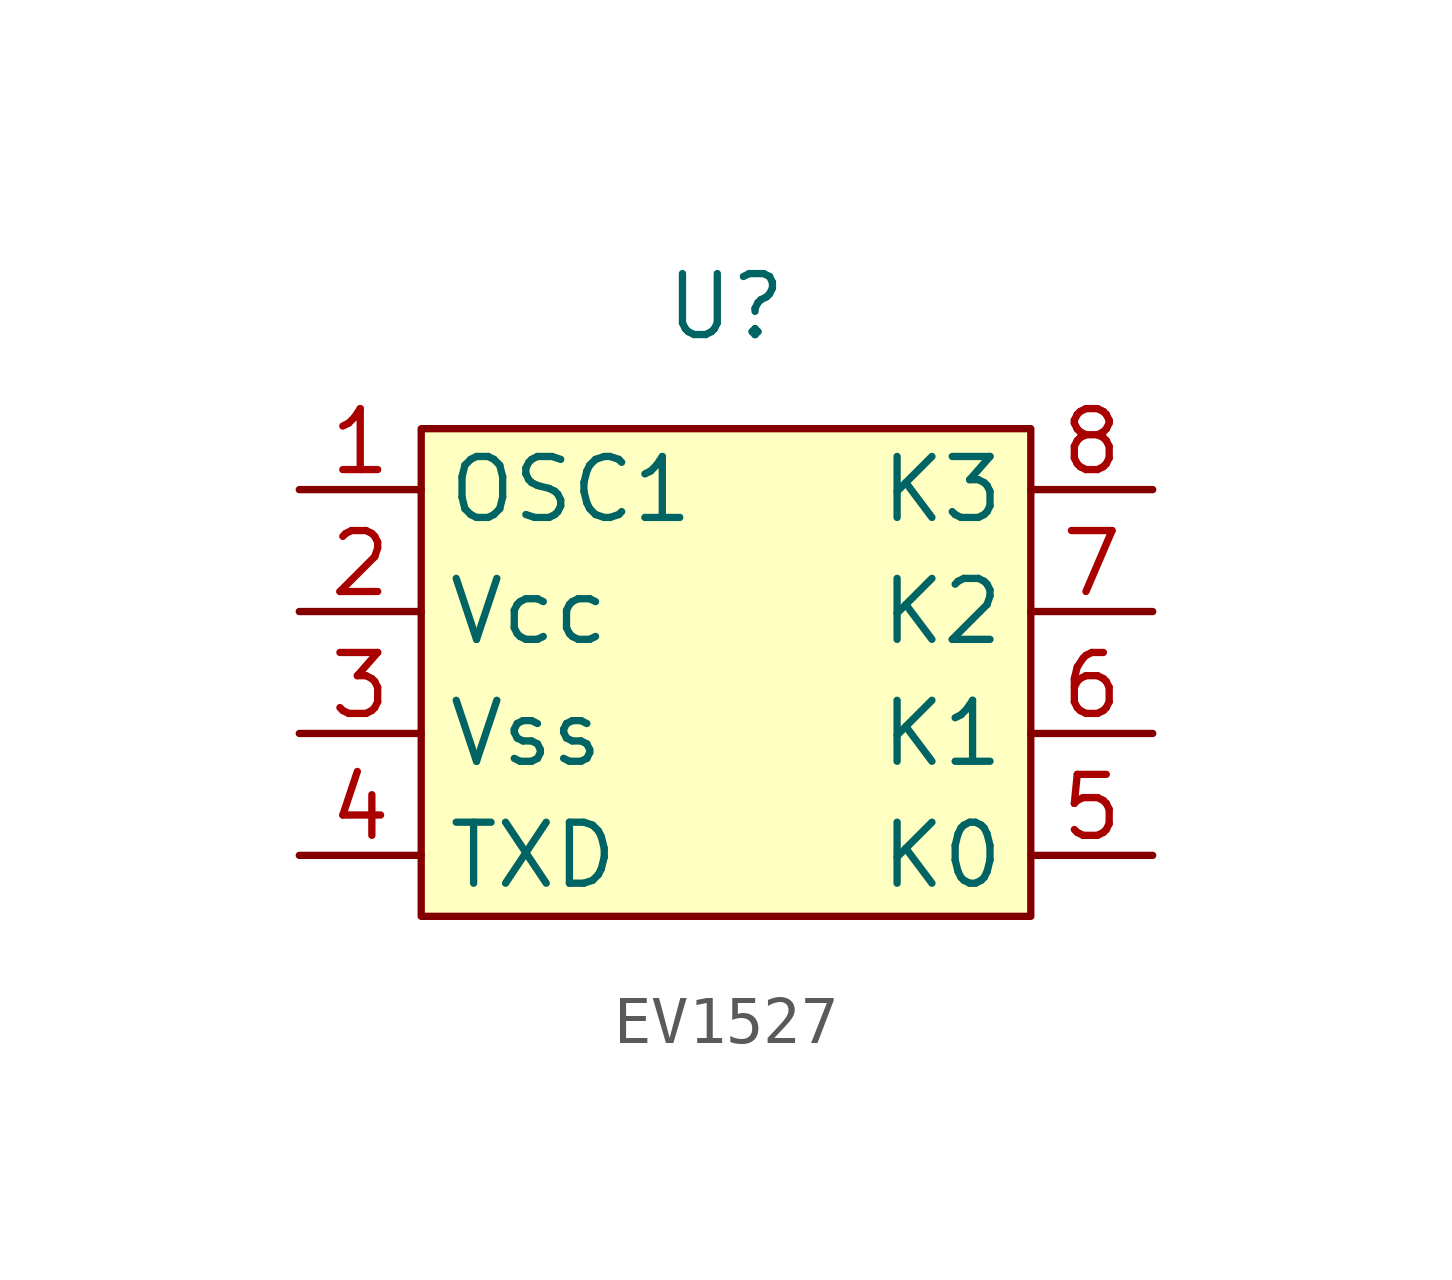
<source format=kicad_sym>
(kicad_symbol_lib
  (version 20231120)
  (generator "kicad_symbol_editor")
  (generator_version "8.0")
  (symbol "EV1527"
    (property "Reference" "U"
      (at 0 0 0)
      (effects (font (size 1.27 1.27))))
    (property "Value" ""
      (at 0 0 0)
      (effects (font (size 1.27 1.27))))
    (symbol "EV1527_1_1"
      (rectangle (start -6.35 -2.54) (end 6.35 -12.7) (stroke (width 0) (type default)) (fill (type background)))
      (pin input line (at -8.89 -3.81 0) (length 2.54) (name "OSC1" (effects (font (size 1.27 1.27)))) (number "1" (effects (font (size 1.27 1.27)))))
      (pin input line (at -8.89 -6.35 0) (length 2.54) (name "Vcc" (effects (font (size 1.27 1.27)))) (number "2" (effects (font (size 1.27 1.27)))))
      (pin input line (at -8.89 -8.89 0) (length 2.54) (name "Vss" (effects (font (size 1.27 1.27)))) (number "3" (effects (font (size 1.27 1.27)))))
      (pin input line (at -8.89 -11.43 0) (length 2.54) (name "TXD" (effects (font (size 1.27 1.27)))) (number "4" (effects (font (size 1.27 1.27)))))
      (pin input line (at 8.89 -11.43 180) (length 2.54) (name "K0" (effects (font (size 1.27 1.27)))) (number "5" (effects (font (size 1.27 1.27)))))
      (pin input line (at 8.89 -8.89 180) (length 2.54) (name "K1" (effects (font (size 1.27 1.27)))) (number "6" (effects (font (size 1.27 1.27)))))
      (pin input line (at 8.89 -6.35 180) (length 2.54) (name "K2" (effects (font (size 1.27 1.27)))) (number "7" (effects (font (size 1.27 1.27)))))
      (pin input line (at 8.89 -3.81 180) (length 2.54) (name "K3" (effects (font (size 1.27 1.27)))) (number "8" (effects (font (size 1.27 1.27))))))))
</source>
